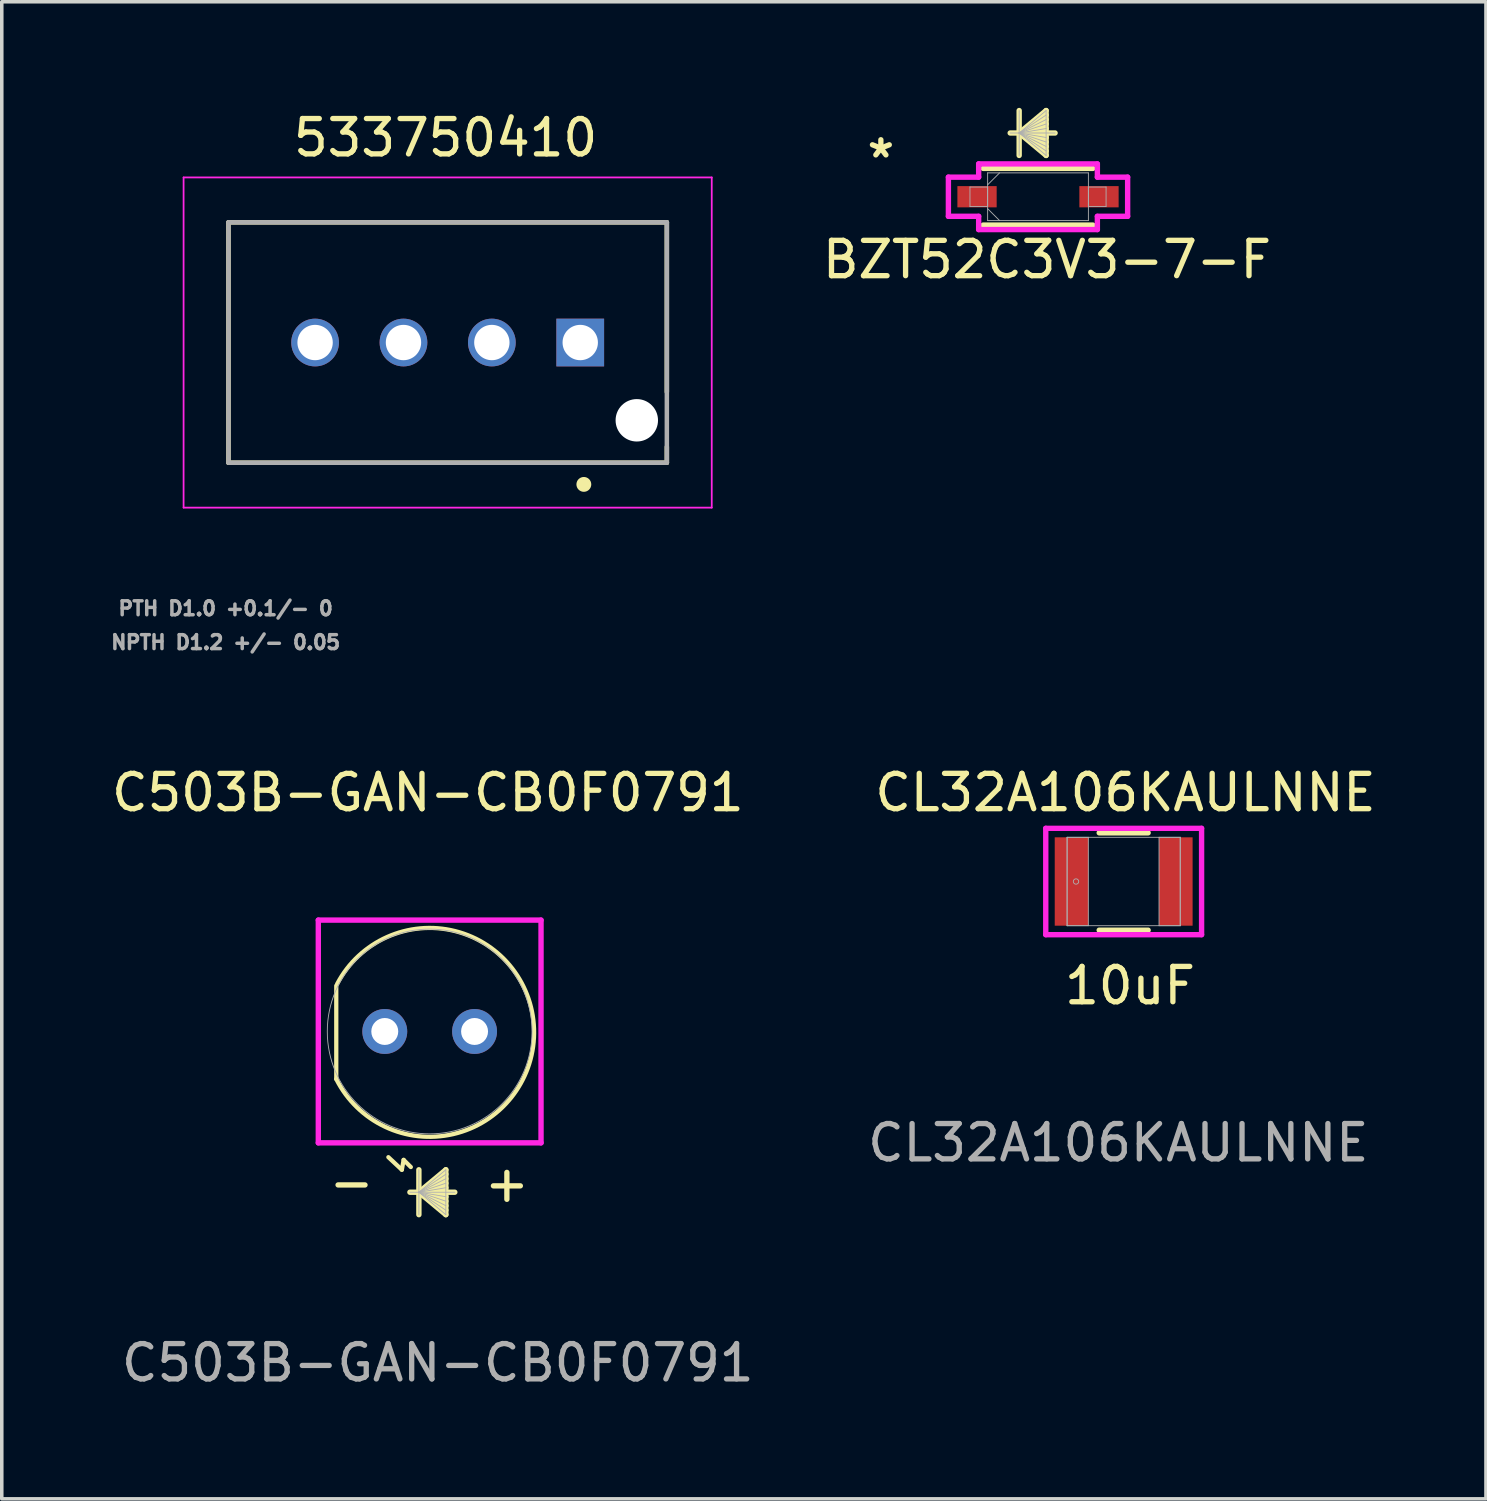
<source format=kicad_pcb>
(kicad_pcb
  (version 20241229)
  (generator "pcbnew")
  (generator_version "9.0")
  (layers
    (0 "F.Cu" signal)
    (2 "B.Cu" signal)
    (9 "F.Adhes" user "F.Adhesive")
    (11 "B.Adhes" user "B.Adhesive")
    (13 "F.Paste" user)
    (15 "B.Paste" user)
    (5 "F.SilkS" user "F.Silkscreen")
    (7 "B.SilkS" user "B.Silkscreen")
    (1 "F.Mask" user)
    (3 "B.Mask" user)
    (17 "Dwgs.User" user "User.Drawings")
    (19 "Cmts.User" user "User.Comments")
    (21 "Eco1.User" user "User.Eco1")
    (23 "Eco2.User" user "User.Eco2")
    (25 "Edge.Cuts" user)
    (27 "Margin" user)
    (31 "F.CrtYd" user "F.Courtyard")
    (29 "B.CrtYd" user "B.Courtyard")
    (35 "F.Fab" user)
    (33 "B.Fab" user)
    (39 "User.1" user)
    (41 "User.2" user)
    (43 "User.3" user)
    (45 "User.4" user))
  (footprint "C503B-GAN-CB0F0791"
    (layer "F.Cu")
    (at 7.834 26.127)
    (property "Reference" "C503B-GAN-CB0F0791" (at 1.219 -6.756 0) (unlocked yes) (layer "F.SilkS") (effects (font (size 1 1) (thickness 0.15))))
    (attr through_hole)
    (fp_line (start -1.372 -1.295) (end -1.372 1.346) (stroke (width 0.12) (type solid)) (layer "F.SilkS"))
    (fp_line (start 0.483 3.912) (end 0.102 3.556) (stroke (width 0.12) (type solid)) (layer "F.SilkS"))
    (fp_line (start 0.533 3.632) (end 0.483 3.912) (stroke (width 0.12) (type solid)) (layer "F.SilkS"))
    (fp_line (start 0.737 3.835) (end 0.533 3.632) (stroke (width 0.12) (type solid)) (layer "F.SilkS"))
    (fp_line (start 0.965 3.912) (end 0.965 5.182) (stroke (width 0.152) (type solid)) (layer "F.SilkS"))
    (fp_line (start 0.965 4.547) (end 1.727 3.912) (stroke (width 0.152) (type solid)) (layer "F.SilkS"))
    (fp_line (start 0.965 4.547) (end 1.727 4.039) (stroke (width 0.152) (type solid)) (layer "F.SilkS"))
    (fp_line (start 0.965 4.547) (end 1.727 4.166) (stroke (width 0.152) (type solid)) (layer "F.SilkS"))
    (fp_line (start 0.965 4.547) (end 1.727 4.293) (stroke (width 0.152) (type solid)) (layer "F.SilkS"))
    (fp_line (start 0.965 4.547) (end 1.727 4.42) (stroke (width 0.152) (type solid)) (layer "F.SilkS"))
    (fp_line (start 0.965 4.547) (end 1.727 4.674) (stroke (width 0.152) (type solid)) (layer "F.SilkS"))
    (fp_line (start 0.965 4.547) (end 1.727 4.801) (stroke (width 0.152) (type solid)) (layer "F.SilkS"))
    (fp_line (start 0.965 4.547) (end 1.727 4.928) (stroke (width 0.152) (type solid)) (layer "F.SilkS"))
    (fp_line (start 0.965 4.547) (end 1.727 5.055) (stroke (width 0.152) (type solid)) (layer "F.SilkS"))
    (fp_line (start 0.965 4.547) (end 1.727 5.182) (stroke (width 0.152) (type solid)) (layer "F.SilkS"))
    (fp_line (start 1.727 3.912) (end 1.727 5.182) (stroke (width 0.152) (type solid)) (layer "F.SilkS"))
    (fp_line (start 1.981 4.547) (end 0.711 4.547) (stroke (width 0.152) (type solid)) (layer "F.SilkS"))
    (fp_arc (start -1.346199 -1.3462) (mid 4.223807 0.0538) (end -1.372088 1.346444) (stroke (width 0.12) (type solid)) (layer "F.SilkS"))
    (fp_line (start -1.88 -3.15) (end 4.42 -3.15) (stroke (width 0.152) (type solid)) (layer "F.CrtYd"))
    (fp_line (start -1.88 3.15) (end -1.88 -3.15) (stroke (width 0.152) (type solid)) (layer "F.CrtYd"))
    (fp_line (start 4.42 -3.15) (end 4.42 3.15) (stroke (width 0.152) (type solid)) (layer "F.CrtYd"))
    (fp_line (start 4.42 3.15) (end -1.88 3.15) (stroke (width 0.152) (type solid)) (layer "F.CrtYd"))
    (fp_line (start 0.965 3.912) (end 0.965 5.182) (stroke (width 0.025) (type solid)) (layer "F.Fab"))
    (fp_line (start 0.965 4.547) (end 1.727 3.912) (stroke (width 0.025) (type solid)) (layer "F.Fab"))
    (fp_line (start 0.965 4.547) (end 1.727 4.039) (stroke (width 0.025) (type solid)) (layer "F.Fab"))
    (fp_line (start 0.965 4.547) (end 1.727 4.166) (stroke (width 0.025) (type solid)) (layer "F.Fab"))
    (fp_line (start 0.965 4.547) (end 1.727 4.293) (stroke (width 0.025) (type solid)) (layer "F.Fab"))
    (fp_line (start 0.965 4.547) (end 1.727 4.42) (stroke (width 0.025) (type solid)) (layer "F.Fab"))
    (fp_line (start 0.965 4.547) (end 1.727 4.674) (stroke (width 0.025) (type solid)) (layer "F.Fab"))
    (fp_line (start 0.965 4.547) (end 1.727 4.801) (stroke (width 0.025) (type solid)) (layer "F.Fab"))
    (fp_line (start 0.965 4.547) (end 1.727 4.928) (stroke (width 0.025) (type solid)) (layer "F.Fab"))
    (fp_line (start 0.965 4.547) (end 1.727 5.055) (stroke (width 0.025) (type solid)) (layer "F.Fab"))
    (fp_line (start 0.965 4.547) (end 1.727 5.182) (stroke (width 0.025) (type solid)) (layer "F.Fab"))
    (fp_line (start 1.727 3.912) (end 1.727 5.182) (stroke (width 0.025) (type solid)) (layer "F.Fab"))
    (fp_line (start 1.981 4.547) (end 0.711 4.547) (stroke (width 0.025) (type solid)) (layer "F.Fab"))
    (fp_circle (center 1.27 0) (end 4.166 0) (stroke (width 0.025) (type solid)) (fill no) (layer "F.Fab"))
    (fp_text user "-" (at -0.94 4.267 0) (unlocked yes) (layer "F.SilkS") (effects (font (size 1 1) (thickness 0.15))))
    (fp_text user "+" (at 3.454 4.293 0) (unlocked yes) (layer "F.SilkS") (effects (font (size 1 1) (thickness 0.15))))
    (fp_text user "${REFERENCE}" (at 1.499 9.373 0) (unlocked yes) (layer "F.Fab") (effects (font (size 1 1) (thickness 0.15))))
    (pad "1" thru_hole circle (at 0 0) (size 1.27 1.27) (drill 0.762) (layers "*.Cu" "*.Mask"))
    (pad "2" thru_hole circle (at 2.54 0) (size 1.27 1.27) (drill 0.762) (layers "*.Cu" "*.Mask")))
  (footprint "BZT52C3V3-7-F"
    (layer "F.Cu")
    (at 26.312 2.515)
    (property "Reference" "BZT52C3V3-7-F" (at 0.254 1.778 0) (unlocked yes) (layer "F.SilkS") (effects (font (size 1 1) (thickness 0.15))))
    (attr smd)
    (fp_line (start -1.552 0.802) (end 1.552 0.802) (stroke (width 0.152) (type solid)) (layer "F.SilkS"))
    (fp_line (start -0.533 -2.438) (end -0.533 -1.168) (stroke (width 0.152) (type solid)) (layer "F.SilkS"))
    (fp_line (start -0.533 -1.803) (end 0.229 -2.438) (stroke (width 0.152) (type solid)) (layer "F.SilkS"))
    (fp_line (start -0.533 -1.803) (end 0.229 -2.311) (stroke (width 0.152) (type solid)) (layer "F.SilkS"))
    (fp_line (start -0.533 -1.803) (end 0.229 -2.184) (stroke (width 0.152) (type solid)) (layer "F.SilkS"))
    (fp_line (start -0.533 -1.803) (end 0.229 -2.057) (stroke (width 0.152) (type solid)) (layer "F.SilkS"))
    (fp_line (start -0.533 -1.803) (end 0.229 -1.93) (stroke (width 0.152) (type solid)) (layer "F.SilkS"))
    (fp_line (start -0.533 -1.803) (end 0.229 -1.676) (stroke (width 0.152) (type solid)) (layer "F.SilkS"))
    (fp_line (start -0.533 -1.803) (end 0.229 -1.549) (stroke (width 0.152) (type solid)) (layer "F.SilkS"))
    (fp_line (start -0.533 -1.803) (end 0.229 -1.422) (stroke (width 0.152) (type solid)) (layer "F.SilkS"))
    (fp_line (start -0.533 -1.803) (end 0.229 -1.295) (stroke (width 0.152) (type solid)) (layer "F.SilkS"))
    (fp_line (start -0.533 -1.803) (end 0.229 -1.168) (stroke (width 0.152) (type solid)) (layer "F.SilkS"))
    (fp_line (start 0.229 -2.438) (end 0.229 -1.168) (stroke (width 0.152) (type solid)) (layer "F.SilkS"))
    (fp_line (start 0.483 -1.803) (end -0.787 -1.803) (stroke (width 0.152) (type solid)) (layer "F.SilkS"))
    (fp_line (start 1.552 -0.802) (end -1.552 -0.802) (stroke (width 0.152) (type solid)) (layer "F.SilkS"))
    (fp_line (start -2.535 -0.554) (end -1.679 -0.554) (stroke (width 0.152) (type solid)) (layer "F.CrtYd"))
    (fp_line (start -2.535 0.554) (end -2.535 -0.554) (stroke (width 0.152) (type solid)) (layer "F.CrtYd"))
    (fp_line (start -1.679 -0.929) (end 1.679 -0.929) (stroke (width 0.152) (type solid)) (layer "F.CrtYd"))
    (fp_line (start -1.679 -0.554) (end -1.679 -0.929) (stroke (width 0.152) (type solid)) (layer "F.CrtYd"))
    (fp_line (start -1.679 0.554) (end -2.535 0.554) (stroke (width 0.152) (type solid)) (layer "F.CrtYd"))
    (fp_line (start -1.679 0.929) (end -1.679 0.554) (stroke (width 0.152) (type solid)) (layer "F.CrtYd"))
    (fp_line (start 1.679 -0.929) (end 1.679 -0.554) (stroke (width 0.152) (type solid)) (layer "F.CrtYd"))
    (fp_line (start 1.679 -0.554) (end 2.535 -0.554) (stroke (width 0.152) (type solid)) (layer "F.CrtYd"))
    (fp_line (start 1.679 0.554) (end 1.679 0.929) (stroke (width 0.152) (type solid)) (layer "F.CrtYd"))
    (fp_line (start 1.679 0.929) (end -1.679 0.929) (stroke (width 0.152) (type solid)) (layer "F.CrtYd"))
    (fp_line (start 2.535 -0.554) (end 2.535 0.554) (stroke (width 0.152) (type solid)) (layer "F.CrtYd"))
    (fp_line (start 2.535 0.554) (end 1.679 0.554) (stroke (width 0.152) (type solid)) (layer "F.CrtYd"))
    (fp_line (start -1.925 -0.275) (end -1.925 0.275) (stroke (width 0.025) (type solid)) (layer "F.Fab"))
    (fp_line (start -1.925 0.275) (end -1.425 0.275) (stroke (width 0.025) (type solid)) (layer "F.Fab"))
    (fp_line (start -1.425 -0.675) (end -1.425 0.675) (stroke (width 0.025) (type solid)) (layer "F.Fab"))
    (fp_line (start -1.425 -0.338) (end -1.087 -0.675) (stroke (width 0.025) (type solid)) (layer "F.Fab"))
    (fp_line (start -1.425 -0.275) (end -1.925 -0.275) (stroke (width 0.025) (type solid)) (layer "F.Fab"))
    (fp_line (start -1.425 0.275) (end -1.425 -0.275) (stroke (width 0.025) (type solid)) (layer "F.Fab"))
    (fp_line (start -1.425 0.338) (end -1.087 0.675) (stroke (width 0.025) (type solid)) (layer "F.Fab"))
    (fp_line (start -1.425 0.675) (end 1.425 0.675) (stroke (width 0.025) (type solid)) (layer "F.Fab"))
    (fp_line (start -0.533 -2.438) (end -0.533 -1.168) (stroke (width 0.025) (type solid)) (layer "F.Fab"))
    (fp_line (start -0.533 -1.803) (end 0.229 -2.438) (stroke (width 0.025) (type solid)) (layer "F.Fab"))
    (fp_line (start -0.533 -1.803) (end 0.229 -2.311) (stroke (width 0.025) (type solid)) (layer "F.Fab"))
    (fp_line (start -0.533 -1.803) (end 0.229 -2.184) (stroke (width 0.025) (type solid)) (layer "F.Fab"))
    (fp_line (start -0.533 -1.803) (end 0.229 -2.057) (stroke (width 0.025) (type solid)) (layer "F.Fab"))
    (fp_line (start -0.533 -1.803) (end 0.229 -1.93) (stroke (width 0.025) (type solid)) (layer "F.Fab"))
    (fp_line (start -0.533 -1.803) (end 0.229 -1.676) (stroke (width 0.025) (type solid)) (layer "F.Fab"))
    (fp_line (start -0.533 -1.803) (end 0.229 -1.549) (stroke (width 0.025) (type solid)) (layer "F.Fab"))
    (fp_line (start -0.533 -1.803) (end 0.229 -1.422) (stroke (width 0.025) (type solid)) (layer "F.Fab"))
    (fp_line (start -0.533 -1.803) (end 0.229 -1.295) (stroke (width 0.025) (type solid)) (layer "F.Fab"))
    (fp_line (start -0.533 -1.803) (end 0.229 -1.168) (stroke (width 0.025) (type solid)) (layer "F.Fab"))
    (fp_line (start 0.229 -2.438) (end 0.229 -1.168) (stroke (width 0.025) (type solid)) (layer "F.Fab"))
    (fp_line (start 0.483 -1.803) (end -0.787 -1.803) (stroke (width 0.025) (type solid)) (layer "F.Fab"))
    (fp_line (start 1.425 -0.675) (end -1.425 -0.675) (stroke (width 0.025) (type solid)) (layer "F.Fab"))
    (fp_line (start 1.425 -0.275) (end 1.425 0.275) (stroke (width 0.025) (type solid)) (layer "F.Fab"))
    (fp_line (start 1.425 0.275) (end 1.925 0.275) (stroke (width 0.025) (type solid)) (layer "F.Fab"))
    (fp_line (start 1.425 0.675) (end 1.425 -0.675) (stroke (width 0.025) (type solid)) (layer "F.Fab"))
    (fp_line (start 1.925 -0.275) (end 1.425 -0.275) (stroke (width 0.025) (type solid)) (layer "F.Fab"))
    (fp_line (start 1.925 0.275) (end 1.925 -0.275) (stroke (width 0.025) (type solid)) (layer "F.Fab"))
    (fp_text user "*" (at -4.445 -1.067 0) (layer "F.SilkS") (effects (font (size 1 1) (thickness 0.15))))
    (pad "1" smd rect (at -1.725 0) (size 1.111 0.601) (layers "F.Cu" "F.Mask" "F.Paste"))
    (pad "2" smd rect (at 1.725 0) (size 1.111 0.601) (layers "F.Cu" "F.Mask" "F.Paste")))
  (footprint "CL32A106KAULNNE"
    (layer "F.Cu")
    (at 28.735 21.885)
    (property "Reference" "CL32A106KAULNNE" (at 0.051 -2.515 0) (unlocked yes) (layer "F.SilkS") (effects (font (size 1 1) (thickness 0.15))))
    (attr smd)
    (fp_line (start -0.692 1.377) (end 0.692 1.377) (stroke (width 0.152) (type solid)) (layer "F.SilkS"))
    (fp_line (start 0.692 -1.377) (end -0.692 -1.377) (stroke (width 0.152) (type solid)) (layer "F.SilkS"))
    (fp_line (start -2.204 -1.504) (end 2.204 -1.504) (stroke (width 0.152) (type solid)) (layer "F.CrtYd"))
    (fp_line (start -2.204 1.504) (end -2.204 -1.504) (stroke (width 0.152) (type solid)) (layer "F.CrtYd"))
    (fp_line (start 2.204 -1.504) (end 2.204 1.504) (stroke (width 0.152) (type solid)) (layer "F.CrtYd"))
    (fp_line (start 2.204 1.504) (end -2.204 1.504) (stroke (width 0.152) (type solid)) (layer "F.CrtYd"))
    (fp_line (start -1.6 -1.25) (end -1.6 1.25) (stroke (width 0.025) (type solid)) (layer "F.Fab"))
    (fp_line (start -1.6 -1.25) (end -1.6 1.25) (stroke (width 0.025) (type solid)) (layer "F.Fab"))
    (fp_line (start -1.6 1.25) (end -1 1.25) (stroke (width 0.025) (type solid)) (layer "F.Fab"))
    (fp_line (start -1.6 1.25) (end 1.6 1.25) (stroke (width 0.025) (type solid)) (layer "F.Fab"))
    (fp_line (start -1 -1.25) (end -1.6 -1.25) (stroke (width 0.025) (type solid)) (layer "F.Fab"))
    (fp_line (start -1 1.25) (end -1 -1.25) (stroke (width 0.025) (type solid)) (layer "F.Fab"))
    (fp_line (start 1 -1.25) (end 1 1.25) (stroke (width 0.025) (type solid)) (layer "F.Fab"))
    (fp_line (start 1 1.25) (end 1.6 1.25) (stroke (width 0.025) (type solid)) (layer "F.Fab"))
    (fp_line (start 1.6 -1.25) (end -1.6 -1.25) (stroke (width 0.025) (type solid)) (layer "F.Fab"))
    (fp_line (start 1.6 -1.25) (end 1 -1.25) (stroke (width 0.025) (type solid)) (layer "F.Fab"))
    (fp_line (start 1.6 1.25) (end 1.6 -1.25) (stroke (width 0.025) (type solid)) (layer "F.Fab"))
    (fp_line (start 1.6 1.25) (end 1.6 -1.25) (stroke (width 0.025) (type solid)) (layer "F.Fab"))
    (fp_circle (center -1.348 0) (end -1.272 0) (stroke (width 0.025) (type solid)) (fill no) (layer "F.Fab"))
    (fp_text user "10uF" (at 0.178 2.946 0) (unlocked yes) (layer "F.SilkS") (effects (font (size 1 1) (thickness 0.15))))
    (fp_text user "${REFERENCE}" (at -0.152 7.391 0) (unlocked yes) (layer "F.Fab") (effects (font (size 1 1) (thickness 0.15))))
    (pad "1" smd rect (at -1.475 0) (size 0.95 2.5) (layers "F.Cu" "F.Mask" "F.Paste"))
    (pad "2" smd rect (at 1.475 0) (size 0.95 2.5) (layers "F.Cu" "F.Mask" "F.Paste"))
    (zone (net_name "") (layer "F.Cu") (hatch full 0.508) (connect_pads) (min_thickness 0.254) (filled_areas_thickness no) (keepout (tracks not_allowed) (vias not_allowed) (pads allowed) (copperpour not_allowed) (footprints allowed)) (placement (enabled no)) (fill) (polygon (pts (xy 27.786 20.686) (xy 29.685 20.686) (xy 29.685 23.085) (xy 27.786 23.085)))))
  (footprint "533750410"
    (layer "F.Cu")
    (at 13.363 6.639)
    (property "Reference" "533750410" (at -3.81 -5.791 0) (layer "F.SilkS") (effects (font (size 1 1) (thickness 0.15))))
    (attr through_hole)
    (fp_circle (center -7.5 0) (end -7.124 0) (stroke (width 0.751) (type solid)) (fill no) (layer "F.Mask"))
    (fp_circle (center -5 0) (end -4.624 0) (stroke (width 0.751) (type solid)) (fill no) (layer "F.Mask"))
    (fp_circle (center -2.5 0) (end -2.124 0) (stroke (width 0.751) (type solid)) (fill no) (layer "F.Mask"))
    (fp_circle (center 1.6 2.2) (end 1.938 2.2) (stroke (width 0.676) (type solid)) (fill no) (layer "F.Mask"))
    (fp_poly (pts (xy -0.751 -0.751) (xy 0.751 -0.751) (xy 0.751 0.751) (xy -0.751 0.751)) (stroke (width 0.01) (type solid)) (fill yes) (layer "F.Mask"))
    (fp_circle (center -7.5 0) (end -7.124 0) (stroke (width 0.751) (type solid)) (fill no) (layer "B.Mask"))
    (fp_circle (center -5 0) (end -4.624 0) (stroke (width 0.751) (type solid)) (fill no) (layer "B.Mask"))
    (fp_circle (center -2.5 0) (end -2.124 0) (stroke (width 0.751) (type solid)) (fill no) (layer "B.Mask"))
    (fp_circle (center 1.6 2.2) (end 1.938 2.2) (stroke (width 0.676) (type solid)) (fill no) (layer "B.Mask"))
    (fp_poly (pts (xy -0.751 -0.751) (xy 0.751 -0.751) (xy 0.751 0.751) (xy -0.751 0.751)) (stroke (width 0.01) (type solid)) (fill yes) (layer "B.Mask"))
    (fp_line (start -9.95 -3.4) (end 2.45 -3.4) (stroke (width 0.127) (type solid)) (layer "F.SilkS"))
    (fp_line (start -9.95 3.4) (end -9.95 -3.4) (stroke (width 0.127) (type solid)) (layer "F.SilkS"))
    (fp_line (start 2.45 -3.4) (end 2.45 1.4) (stroke (width 0.127) (type solid)) (layer "F.SilkS"))
    (fp_line (start 2.45 2.95) (end 2.45 3.4) (stroke (width 0.127) (type solid)) (layer "F.SilkS"))
    (fp_line (start 2.45 3.4) (end -9.95 3.4) (stroke (width 0.127) (type solid)) (layer "F.SilkS"))
    (fp_circle (center 0.102 4.013) (end 0.252 4.013) (stroke (width 0.12) (type solid)) (fill yes) (layer "F.SilkS"))
    (fp_line (start -11.22 -4.67) (end 3.72 -4.67) (stroke (width 0.05) (type solid)) (layer "F.CrtYd"))
    (fp_line (start -11.22 4.67) (end -11.22 -4.67) (stroke (width 0.05) (type solid)) (layer "F.CrtYd"))
    (fp_line (start -11.22 4.67) (end 3.72 4.67) (stroke (width 0.05) (type solid)) (layer "F.CrtYd"))
    (fp_line (start 3.72 -4.67) (end 3.72 4.67) (stroke (width 0.05) (type solid)) (layer "F.CrtYd"))
    (fp_line (start -9.95 -3.4) (end 2.45 -3.4) (stroke (width 0.127) (type solid)) (layer "F.Fab"))
    (fp_line (start -9.95 3.4) (end -9.95 -3.4) (stroke (width 0.127) (type solid)) (layer "F.Fab"))
    (fp_line (start 2.45 -3.4) (end 2.45 3.4) (stroke (width 0.127) (type solid)) (layer "F.Fab"))
    (fp_line (start 2.45 3.4) (end -9.95 3.4) (stroke (width 0.127) (type solid)) (layer "F.Fab"))
    (fp_text user "NPTH D1.2 +/- 0.05" (at -10.03 8.48 0) (layer "F.Fab") (effects (font (size 0.394 0.394) (thickness 0.15))))
    (fp_text user "PTH D1.0 +0.1/- 0" (at -10.03 7.522 0) (layer "F.Fab") (effects (font (size 0.394 0.394) (thickness 0.15))))
    (pad "" np_thru_hole circle (at 1.6 2.2) (size 1.2 1.2) (drill 1.2) (layers "*.Cu" "*.Mask"))
    (pad "1" thru_hole rect (at 0 0) (size 1.35 1.35) (drill 1) (layers "*.Cu"))
    (pad "2" thru_hole circle (at -2.5 0) (size 1.35 1.35) (drill 1) (layers "*.Cu"))
    (pad "3" thru_hole circle (at -5 0) (size 1.35 1.35) (drill 1) (layers "*.Cu"))
    (pad "4" thru_hole circle (at -7.5 0) (size 1.35 1.35) (drill 1) (layers "*.Cu")))
  (gr_rect
    (start -3 -3)
    (end 38.983 39.348)
    (stroke (width 0.1) (type default))
    (fill no)
    (layer "Edge.Cuts")))
</source>
